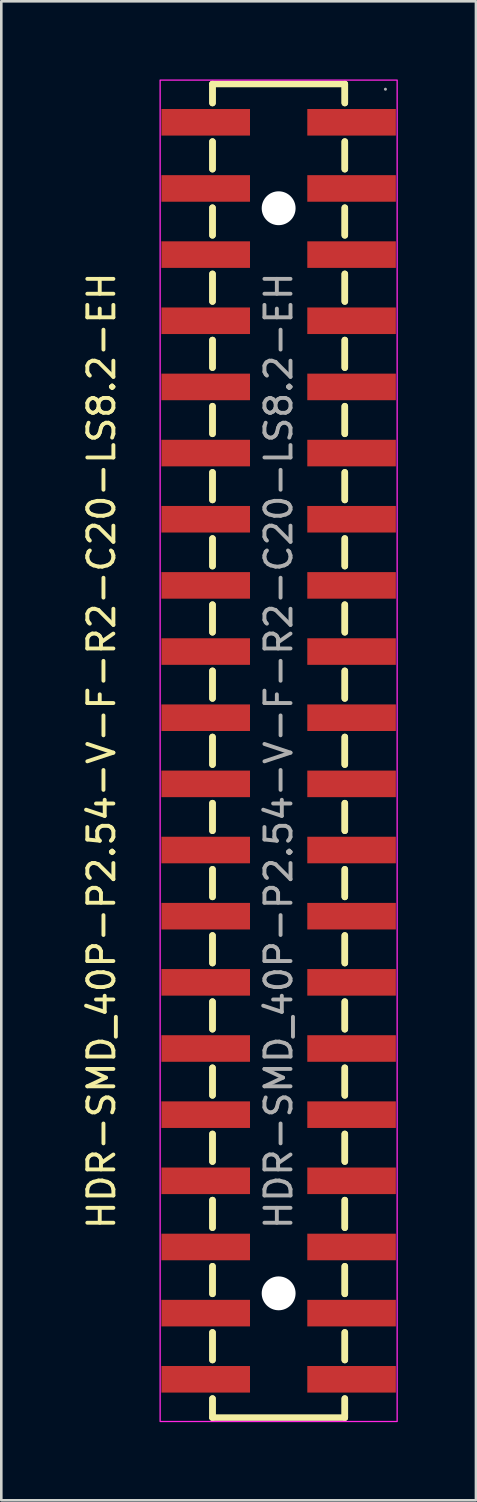
<source format=kicad_pcb>
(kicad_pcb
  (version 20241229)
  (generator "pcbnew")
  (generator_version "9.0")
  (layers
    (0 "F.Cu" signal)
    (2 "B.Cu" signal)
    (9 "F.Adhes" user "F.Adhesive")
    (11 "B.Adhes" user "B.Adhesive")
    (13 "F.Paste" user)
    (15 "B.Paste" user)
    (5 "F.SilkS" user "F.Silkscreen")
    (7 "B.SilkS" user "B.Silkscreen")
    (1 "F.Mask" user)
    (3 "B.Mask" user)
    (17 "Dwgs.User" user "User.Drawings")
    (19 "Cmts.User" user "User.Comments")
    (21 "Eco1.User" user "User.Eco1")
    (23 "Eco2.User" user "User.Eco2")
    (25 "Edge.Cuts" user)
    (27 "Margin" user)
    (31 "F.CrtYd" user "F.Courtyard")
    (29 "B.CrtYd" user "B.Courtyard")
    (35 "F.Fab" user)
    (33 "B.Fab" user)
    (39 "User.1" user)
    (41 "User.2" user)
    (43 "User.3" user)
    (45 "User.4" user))
  (footprint "HDR-SMD_40P-P2.54-V-F-R2-C20-LS8.2-EH"
    (layer "F.Cu")
    (at 7.648 25.775)
    (property "Reference" "HDR-SMD_40P-P2.54-V-F-R2-C20-LS8.2-EH" (at -6.8 0 270) (layer "F.SilkS") (effects (font (size 1 1) (thickness 0.15))))
    (attr smd)
    (fp_line (start -2.54 -25.6) (end -2.54 -24.87) (stroke (width 0.25) (type solid)) (layer "F.SilkS"))
    (fp_line (start -2.54 -25.6) (end -2.54 -24.87) (stroke (width 0.25) (type solid)) (layer "F.SilkS"))
    (fp_line (start -2.54 -25.6) (end 2.54 -25.6) (stroke (width 0.25) (type solid)) (layer "F.SilkS"))
    (fp_line (start -2.54 -23.39) (end -2.54 -22.33) (stroke (width 0.25) (type solid)) (layer "F.SilkS"))
    (fp_line (start -2.54 -23.39) (end -2.54 -22.33) (stroke (width 0.25) (type solid)) (layer "F.SilkS"))
    (fp_line (start -2.54 -20.85) (end -2.54 -19.79) (stroke (width 0.25) (type solid)) (layer "F.SilkS"))
    (fp_line (start -2.54 -20.85) (end -2.54 -19.79) (stroke (width 0.25) (type solid)) (layer "F.SilkS"))
    (fp_line (start -2.54 -18.31) (end -2.54 -17.25) (stroke (width 0.25) (type solid)) (layer "F.SilkS"))
    (fp_line (start -2.54 -18.31) (end -2.54 -17.25) (stroke (width 0.25) (type solid)) (layer "F.SilkS"))
    (fp_line (start -2.54 -15.77) (end -2.54 -14.71) (stroke (width 0.25) (type solid)) (layer "F.SilkS"))
    (fp_line (start -2.54 -15.77) (end -2.54 -14.71) (stroke (width 0.25) (type solid)) (layer "F.SilkS"))
    (fp_line (start -2.54 -13.23) (end -2.54 -12.17) (stroke (width 0.25) (type solid)) (layer "F.SilkS"))
    (fp_line (start -2.54 -13.23) (end -2.54 -12.17) (stroke (width 0.25) (type solid)) (layer "F.SilkS"))
    (fp_line (start -2.54 -10.69) (end -2.54 -9.63) (stroke (width 0.25) (type solid)) (layer "F.SilkS"))
    (fp_line (start -2.54 -10.69) (end -2.54 -9.63) (stroke (width 0.25) (type solid)) (layer "F.SilkS"))
    (fp_line (start -2.54 -8.15) (end -2.54 -7.09) (stroke (width 0.25) (type solid)) (layer "F.SilkS"))
    (fp_line (start -2.54 -8.15) (end -2.54 -7.09) (stroke (width 0.25) (type solid)) (layer "F.SilkS"))
    (fp_line (start -2.54 -5.61) (end -2.54 -4.55) (stroke (width 0.25) (type solid)) (layer "F.SilkS"))
    (fp_line (start -2.54 -5.61) (end -2.54 -4.55) (stroke (width 0.25) (type solid)) (layer "F.SilkS"))
    (fp_line (start -2.54 -3.07) (end -2.54 -2.01) (stroke (width 0.25) (type solid)) (layer "F.SilkS"))
    (fp_line (start -2.54 -3.07) (end -2.54 -2.01) (stroke (width 0.25) (type solid)) (layer "F.SilkS"))
    (fp_line (start -2.54 -0.53) (end -2.54 0.53) (stroke (width 0.25) (type solid)) (layer "F.SilkS"))
    (fp_line (start -2.54 -0.53) (end -2.54 0.53) (stroke (width 0.25) (type solid)) (layer "F.SilkS"))
    (fp_line (start -2.54 2.01) (end -2.54 3.07) (stroke (width 0.25) (type solid)) (layer "F.SilkS"))
    (fp_line (start -2.54 2.01) (end -2.54 3.07) (stroke (width 0.25) (type solid)) (layer "F.SilkS"))
    (fp_line (start -2.54 4.55) (end -2.54 5.61) (stroke (width 0.25) (type solid)) (layer "F.SilkS"))
    (fp_line (start -2.54 4.55) (end -2.54 5.61) (stroke (width 0.25) (type solid)) (layer "F.SilkS"))
    (fp_line (start -2.54 7.09) (end -2.54 8.15) (stroke (width 0.25) (type solid)) (layer "F.SilkS"))
    (fp_line (start -2.54 7.09) (end -2.54 8.15) (stroke (width 0.25) (type solid)) (layer "F.SilkS"))
    (fp_line (start -2.54 9.63) (end -2.54 10.69) (stroke (width 0.25) (type solid)) (layer "F.SilkS"))
    (fp_line (start -2.54 9.63) (end -2.54 10.69) (stroke (width 0.25) (type solid)) (layer "F.SilkS"))
    (fp_line (start -2.54 12.17) (end -2.54 13.23) (stroke (width 0.25) (type solid)) (layer "F.SilkS"))
    (fp_line (start -2.54 12.17) (end -2.54 13.23) (stroke (width 0.25) (type solid)) (layer "F.SilkS"))
    (fp_line (start -2.54 14.71) (end -2.54 15.77) (stroke (width 0.25) (type solid)) (layer "F.SilkS"))
    (fp_line (start -2.54 14.71) (end -2.54 15.77) (stroke (width 0.25) (type solid)) (layer "F.SilkS"))
    (fp_line (start -2.54 17.25) (end -2.54 18.31) (stroke (width 0.25) (type solid)) (layer "F.SilkS"))
    (fp_line (start -2.54 17.25) (end -2.54 18.31) (stroke (width 0.25) (type solid)) (layer "F.SilkS"))
    (fp_line (start -2.54 19.79) (end -2.54 20.85) (stroke (width 0.25) (type solid)) (layer "F.SilkS"))
    (fp_line (start -2.54 19.79) (end -2.54 20.85) (stroke (width 0.25) (type solid)) (layer "F.SilkS"))
    (fp_line (start -2.54 22.33) (end -2.54 23.39) (stroke (width 0.25) (type solid)) (layer "F.SilkS"))
    (fp_line (start -2.54 22.33) (end -2.54 23.39) (stroke (width 0.25) (type solid)) (layer "F.SilkS"))
    (fp_line (start -2.54 24.87) (end -2.54 25.6) (stroke (width 0.25) (type solid)) (layer "F.SilkS"))
    (fp_line (start -2.54 24.87) (end -2.54 25.6) (stroke (width 0.25) (type solid)) (layer "F.SilkS"))
    (fp_line (start -2.54 25.6) (end 2.54 25.6) (stroke (width 0.25) (type solid)) (layer "F.SilkS"))
    (fp_line (start 2.54 -24.87) (end 2.54 -25.6) (stroke (width 0.25) (type solid)) (layer "F.SilkS"))
    (fp_line (start 2.54 -24.87) (end 2.54 -25.6) (stroke (width 0.25) (type solid)) (layer "F.SilkS"))
    (fp_line (start 2.54 -22.33) (end 2.54 -23.39) (stroke (width 0.25) (type solid)) (layer "F.SilkS"))
    (fp_line (start 2.54 -22.33) (end 2.54 -23.39) (stroke (width 0.25) (type solid)) (layer "F.SilkS"))
    (fp_line (start 2.54 -19.79) (end 2.54 -20.85) (stroke (width 0.25) (type solid)) (layer "F.SilkS"))
    (fp_line (start 2.54 -19.79) (end 2.54 -20.85) (stroke (width 0.25) (type solid)) (layer "F.SilkS"))
    (fp_line (start 2.54 -17.25) (end 2.54 -18.31) (stroke (width 0.25) (type solid)) (layer "F.SilkS"))
    (fp_line (start 2.54 -17.25) (end 2.54 -18.31) (stroke (width 0.25) (type solid)) (layer "F.SilkS"))
    (fp_line (start 2.54 -14.71) (end 2.54 -15.77) (stroke (width 0.25) (type solid)) (layer "F.SilkS"))
    (fp_line (start 2.54 -14.71) (end 2.54 -15.77) (stroke (width 0.25) (type solid)) (layer "F.SilkS"))
    (fp_line (start 2.54 -12.17) (end 2.54 -13.23) (stroke (width 0.25) (type solid)) (layer "F.SilkS"))
    (fp_line (start 2.54 -12.17) (end 2.54 -13.23) (stroke (width 0.25) (type solid)) (layer "F.SilkS"))
    (fp_line (start 2.54 -9.63) (end 2.54 -10.69) (stroke (width 0.25) (type solid)) (layer "F.SilkS"))
    (fp_line (start 2.54 -9.63) (end 2.54 -10.69) (stroke (width 0.25) (type solid)) (layer "F.SilkS"))
    (fp_line (start 2.54 -7.09) (end 2.54 -8.15) (stroke (width 0.25) (type solid)) (layer "F.SilkS"))
    (fp_line (start 2.54 -7.09) (end 2.54 -8.15) (stroke (width 0.25) (type solid)) (layer "F.SilkS"))
    (fp_line (start 2.54 -4.55) (end 2.54 -5.61) (stroke (width 0.25) (type solid)) (layer "F.SilkS"))
    (fp_line (start 2.54 -4.55) (end 2.54 -5.61) (stroke (width 0.25) (type solid)) (layer "F.SilkS"))
    (fp_line (start 2.54 -2.01) (end 2.54 -3.07) (stroke (width 0.25) (type solid)) (layer "F.SilkS"))
    (fp_line (start 2.54 -2.01) (end 2.54 -3.07) (stroke (width 0.25) (type solid)) (layer "F.SilkS"))
    (fp_line (start 2.54 0.53) (end 2.54 -0.53) (stroke (width 0.25) (type solid)) (layer "F.SilkS"))
    (fp_line (start 2.54 0.53) (end 2.54 -0.53) (stroke (width 0.25) (type solid)) (layer "F.SilkS"))
    (fp_line (start 2.54 3.07) (end 2.54 2.01) (stroke (width 0.25) (type solid)) (layer "F.SilkS"))
    (fp_line (start 2.54 3.07) (end 2.54 2.01) (stroke (width 0.25) (type solid)) (layer "F.SilkS"))
    (fp_line (start 2.54 5.61) (end 2.54 4.55) (stroke (width 0.25) (type solid)) (layer "F.SilkS"))
    (fp_line (start 2.54 5.61) (end 2.54 4.55) (stroke (width 0.25) (type solid)) (layer "F.SilkS"))
    (fp_line (start 2.54 8.15) (end 2.54 7.09) (stroke (width 0.25) (type solid)) (layer "F.SilkS"))
    (fp_line (start 2.54 8.15) (end 2.54 7.09) (stroke (width 0.25) (type solid)) (layer "F.SilkS"))
    (fp_line (start 2.54 10.69) (end 2.54 9.63) (stroke (width 0.25) (type solid)) (layer "F.SilkS"))
    (fp_line (start 2.54 10.69) (end 2.54 9.63) (stroke (width 0.25) (type solid)) (layer "F.SilkS"))
    (fp_line (start 2.54 13.23) (end 2.54 12.17) (stroke (width 0.25) (type solid)) (layer "F.SilkS"))
    (fp_line (start 2.54 13.23) (end 2.54 12.17) (stroke (width 0.25) (type solid)) (layer "F.SilkS"))
    (fp_line (start 2.54 15.77) (end 2.54 14.71) (stroke (width 0.25) (type solid)) (layer "F.SilkS"))
    (fp_line (start 2.54 15.77) (end 2.54 14.71) (stroke (width 0.25) (type solid)) (layer "F.SilkS"))
    (fp_line (start 2.54 18.31) (end 2.54 17.25) (stroke (width 0.25) (type solid)) (layer "F.SilkS"))
    (fp_line (start 2.54 18.31) (end 2.54 17.25) (stroke (width 0.25) (type solid)) (layer "F.SilkS"))
    (fp_line (start 2.54 20.85) (end 2.54 19.79) (stroke (width 0.25) (type solid)) (layer "F.SilkS"))
    (fp_line (start 2.54 20.85) (end 2.54 19.79) (stroke (width 0.25) (type solid)) (layer "F.SilkS"))
    (fp_line (start 2.54 23.39) (end 2.54 22.33) (stroke (width 0.25) (type solid)) (layer "F.SilkS"))
    (fp_line (start 2.54 23.39) (end 2.54 22.33) (stroke (width 0.25) (type solid)) (layer "F.SilkS"))
    (fp_line (start 2.54 25.6) (end 2.54 24.87) (stroke (width 0.25) (type solid)) (layer "F.SilkS"))
    (fp_line (start 2.54 25.6) (end 2.54 24.87) (stroke (width 0.25) (type solid)) (layer "F.SilkS"))
    (fp_rect (start -4.55 -25.75) (end 4.55 25.75) (stroke (width 0.05) (type default)) (fill no) (layer "F.CrtYd"))
    (fp_circle (center 4.1 -25.4) (end 4.1 -25.37) (stroke (width 0.06) (type solid)) (fill no) (layer "F.Fab"))
    (fp_text user "${REFERENCE}" (at 0 0 270) (layer "F.Fab") (effects (font (size 1 1) (thickness 0.15))))
    (pad "" np_thru_hole circle (at 0 -20.83 90) (size 1.3 1.3) (drill 1.3) (layers "*.Cu" "*.Mask"))
    (pad "" np_thru_hole circle (at 0 20.83 90) (size 1.3 1.3) (drill 1.3) (layers "*.Cu" "*.Mask"))
    (pad "1" smd rect (at 2.8 -24.13 90) (size 1.02 3.4) (layers "F.Cu" "F.Mask" "F.Paste"))
    (pad "2" smd rect (at -2.8 -24.13 90) (size 1.02 3.4) (layers "F.Cu" "F.Mask" "F.Paste"))
    (pad "3" smd rect (at 2.8 -21.59 90) (size 1.02 3.4) (layers "F.Cu" "F.Mask" "F.Paste"))
    (pad "4" smd rect (at -2.8 -21.59 90) (size 1.02 3.4) (layers "F.Cu" "F.Mask" "F.Paste"))
    (pad "5" smd rect (at 2.8 -19.05 270) (size 1.02 3.4) (layers "F.Cu" "F.Mask" "F.Paste"))
    (pad "6" smd rect (at -2.8 -19.05 270) (size 1.02 3.4) (layers "F.Cu" "F.Mask" "F.Paste"))
    (pad "7" smd rect (at 2.8 -16.51 270) (size 1.02 3.4) (layers "F.Cu" "F.Mask" "F.Paste"))
    (pad "8" smd rect (at -2.8 -16.51 270) (size 1.02 3.4) (layers "F.Cu" "F.Mask" "F.Paste"))
    (pad "9" smd rect (at 2.8 -13.97 270) (size 1.02 3.4) (layers "F.Cu" "F.Mask" "F.Paste"))
    (pad "10" smd rect (at -2.8 -13.97 270) (size 1.02 3.4) (layers "F.Cu" "F.Mask" "F.Paste"))
    (pad "11" smd rect (at 2.8 -11.43 270) (size 1.02 3.4) (layers "F.Cu" "F.Mask" "F.Paste"))
    (pad "12" smd rect (at -2.8 -11.43 270) (size 1.02 3.4) (layers "F.Cu" "F.Mask" "F.Paste"))
    (pad "13" smd rect (at 2.8 -8.89 270) (size 1.02 3.4) (layers "F.Cu" "F.Mask" "F.Paste"))
    (pad "14" smd rect (at -2.8 -8.89 270) (size 1.02 3.4) (layers "F.Cu" "F.Mask" "F.Paste"))
    (pad "15" smd rect (at 2.8 -6.35 270) (size 1.02 3.4) (layers "F.Cu" "F.Mask" "F.Paste"))
    (pad "16" smd rect (at -2.8 -6.35 270) (size 1.02 3.4) (layers "F.Cu" "F.Mask" "F.Paste"))
    (pad "17" smd rect (at 2.8 -3.81 270) (size 1.02 3.4) (layers "F.Cu" "F.Mask" "F.Paste"))
    (pad "18" smd rect (at -2.8 -3.81 270) (size 1.02 3.4) (layers "F.Cu" "F.Mask" "F.Paste"))
    (pad "19" smd rect (at 2.8 -1.27 270) (size 1.02 3.4) (layers "F.Cu" "F.Mask" "F.Paste"))
    (pad "20" smd rect (at -2.8 -1.27 270) (size 1.02 3.4) (layers "F.Cu" "F.Mask" "F.Paste"))
    (pad "21" smd rect (at 2.8 1.27 270) (size 1.02 3.4) (layers "F.Cu" "F.Mask" "F.Paste"))
    (pad "22" smd rect (at -2.8 1.27 270) (size 1.02 3.4) (layers "F.Cu" "F.Mask" "F.Paste"))
    (pad "23" smd rect (at 2.8 3.81 270) (size 1.02 3.4) (layers "F.Cu" "F.Mask" "F.Paste"))
    (pad "24" smd rect (at -2.8 3.81 270) (size 1.02 3.4) (layers "F.Cu" "F.Mask" "F.Paste"))
    (pad "25" smd rect (at 2.8 6.35 270) (size 1.02 3.4) (layers "F.Cu" "F.Mask" "F.Paste"))
    (pad "26" smd rect (at -2.8 6.35 270) (size 1.02 3.4) (layers "F.Cu" "F.Mask" "F.Paste"))
    (pad "27" smd rect (at 2.8 8.89 270) (size 1.02 3.4) (layers "F.Cu" "F.Mask" "F.Paste"))
    (pad "28" smd rect (at -2.8 8.89 270) (size 1.02 3.4) (layers "F.Cu" "F.Mask" "F.Paste"))
    (pad "29" smd rect (at 2.8 11.43 270) (size 1.02 3.4) (layers "F.Cu" "F.Mask" "F.Paste"))
    (pad "30" smd rect (at -2.8 11.43 270) (size 1.02 3.4) (layers "F.Cu" "F.Mask" "F.Paste"))
    (pad "31" smd rect (at 2.8 13.97 270) (size 1.02 3.4) (layers "F.Cu" "F.Mask" "F.Paste"))
    (pad "32" smd rect (at -2.8 13.97 270) (size 1.02 3.4) (layers "F.Cu" "F.Mask" "F.Paste"))
    (pad "33" smd rect (at 2.8 16.51 270) (size 1.02 3.4) (layers "F.Cu" "F.Mask" "F.Paste"))
    (pad "34" smd rect (at -2.8 16.51 270) (size 1.02 3.4) (layers "F.Cu" "F.Mask" "F.Paste"))
    (pad "35" smd rect (at 2.8 19.05 270) (size 1.02 3.4) (layers "F.Cu" "F.Mask" "F.Paste"))
    (pad "36" smd rect (at -2.8 19.05 270) (size 1.02 3.4) (layers "F.Cu" "F.Mask" "F.Paste"))
    (pad "37" smd rect (at 2.8 21.59 270) (size 1.02 3.4) (layers "F.Cu" "F.Mask" "F.Paste"))
    (pad "38" smd rect (at -2.8 21.59 270) (size 1.02 3.4) (layers "F.Cu" "F.Mask" "F.Paste"))
    (pad "39" smd rect (at 2.8 24.13 270) (size 1.02 3.4) (layers "F.Cu" "F.Mask" "F.Paste"))
    (pad "40" smd rect (at -2.8 24.13 270) (size 1.02 3.4) (layers "F.Cu" "F.Mask" "F.Paste")))
  (gr_rect
    (start -3 -3)
    (end 15.223 54.55)
    (stroke (width 0.1) (type default))
    (fill no)
    (layer "Edge.Cuts")))
</source>
